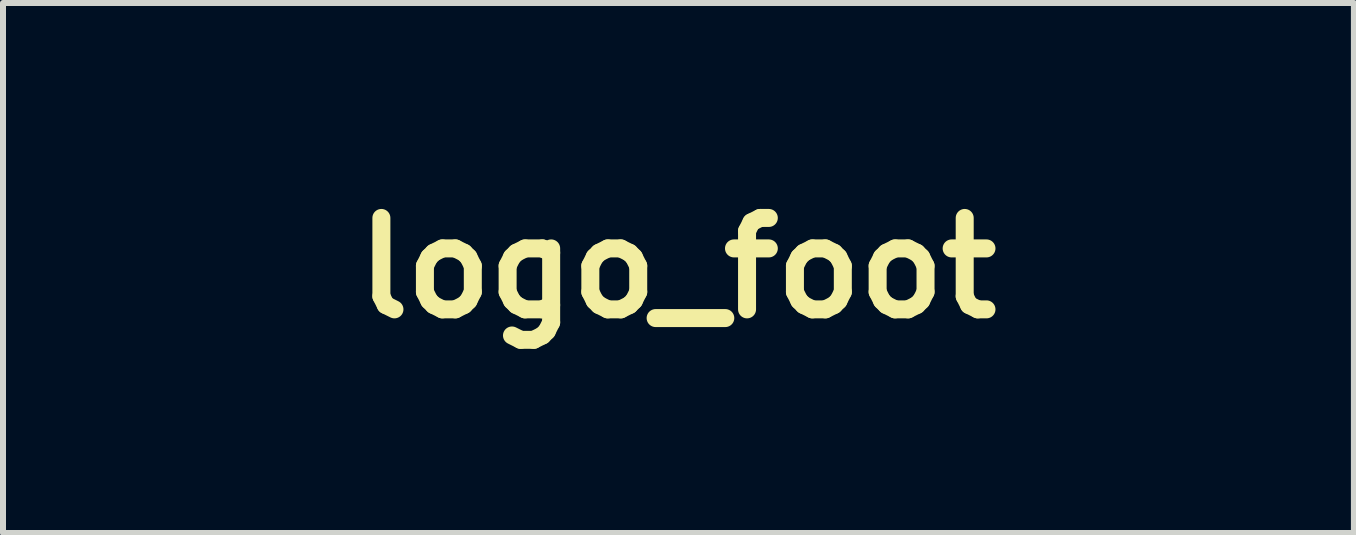
<source format=kicad_pcb>
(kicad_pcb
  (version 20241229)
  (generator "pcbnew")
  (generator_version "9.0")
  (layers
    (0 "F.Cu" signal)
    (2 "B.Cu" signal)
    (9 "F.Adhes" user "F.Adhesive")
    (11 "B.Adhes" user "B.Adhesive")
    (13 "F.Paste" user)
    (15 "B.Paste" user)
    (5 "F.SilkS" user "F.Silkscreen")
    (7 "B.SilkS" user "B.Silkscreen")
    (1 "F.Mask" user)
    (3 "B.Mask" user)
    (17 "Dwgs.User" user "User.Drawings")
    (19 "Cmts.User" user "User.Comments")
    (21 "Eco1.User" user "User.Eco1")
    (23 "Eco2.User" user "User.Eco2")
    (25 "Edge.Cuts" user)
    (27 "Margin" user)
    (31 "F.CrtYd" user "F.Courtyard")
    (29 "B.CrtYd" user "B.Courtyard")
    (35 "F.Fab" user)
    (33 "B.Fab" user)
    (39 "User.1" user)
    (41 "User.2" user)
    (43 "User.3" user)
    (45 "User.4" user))
  (footprint "logo_foot"
    (layer "F.Cu")
    (at 8.243 1.418)
    (property "Reference" "logo_foot" (at 0 0 0) (layer "F.SilkS") (effects (font (size 1.524 1.524) (thickness 0.3))))
    (attr through_hole)
    (fp_poly (pts (xy -7.874 -1.328) (xy -7.775 -1.319) (xy -7.738 -1.309) (xy -7.719 -1.259) (xy -7.71 -1.155) (xy -7.712 -1.05) (xy -7.725 -0.815) (xy -7.982 -0.813) (xy -8.238 -0.811) (xy -8.234 -1.328) (xy -8.005 -1.33) (xy -7.874 -1.328)) (stroke (width 0.01) (type solid)) (fill yes) (layer "F.Mask"))
    (fp_poly (pts (xy 7.307 -0.807) (xy 7.601 -0.768) (xy 7.848 -0.667) (xy 8.044 -0.506) (xy 8.187 -0.287) (xy 8.2 -0.258) (xy 8.227 -0.182) (xy 8.246 -0.085) (xy 8.259 0.044) (xy 8.267 0.221) (xy 8.272 0.457) (xy 8.273 0.588) (xy 8.272 0.86) (xy 8.267 1.073) (xy 8.256 1.219) (xy 8.242 1.294) (xy 8.236 1.302) (xy 8.177 1.316) (xy 8.065 1.326) (xy 7.956 1.33) (xy 7.718 1.332) (xy 7.719 0.661) (xy 7.717 0.41) (xy 7.711 0.196) (xy 7.7 0.032) (xy 7.687 -0.071) (xy 7.679 -0.095) (xy 7.589 -0.195) (xy 7.435 -0.257) (xy 7.231 -0.283) (xy 7.021 -0.292) (xy 7.033 -0.553) (xy 7.045 -0.814) (xy 7.307 -0.807)) (stroke (width 0.01) (type solid)) (fill yes) (layer "F.Mask")))
  (gr_rect
    (start -3 -3)
    (end 19.521 5.836)
    (stroke (width 0.1) (type default))
    (fill no)
    (layer "Edge.Cuts")))
</source>
